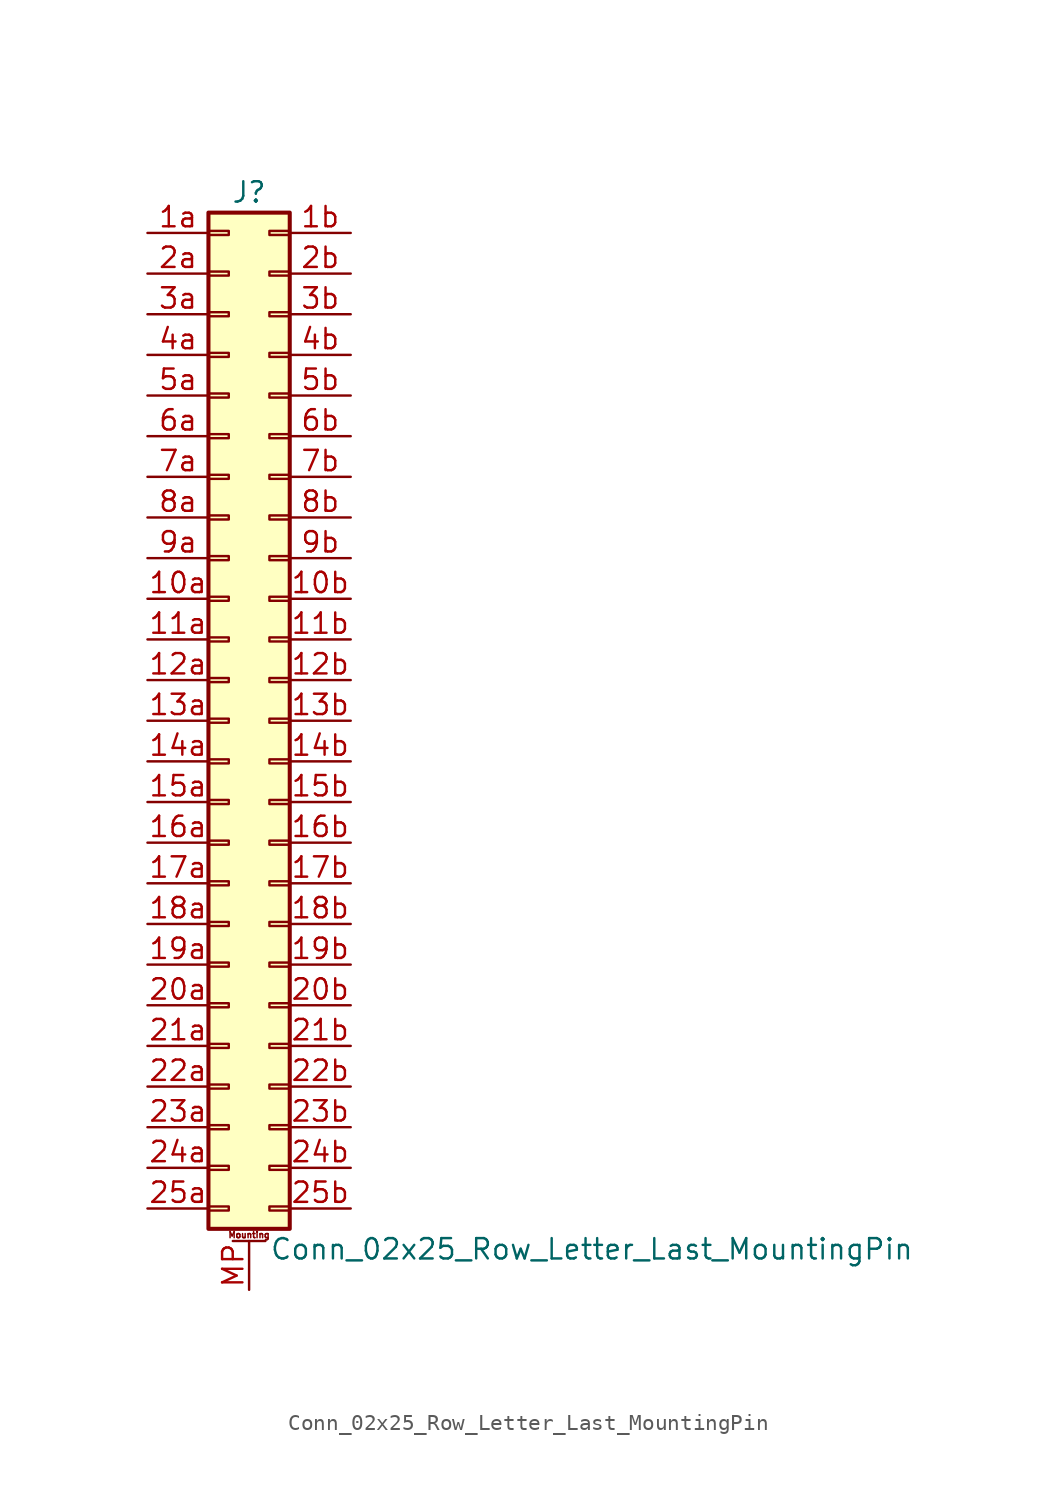
<source format=kicad_sym>
(kicad_symbol_lib
  (version 20201005)
  (generator kicad_symbol_editor)
  (symbol "Conn_02x25_Row_Letter_Last_MountingPin"
    (pin_names
      (offset 1.016) hide)
    (property "Reference" "J"
      (at 1.27 33.02 0)
      (effects (font (size 1.27 1.27))))
    (property "Value" "Conn_02x25_Row_Letter_Last_MountingPin"
      (at 2.54 -33.02 0)
      (effects (font (size 1.27 1.27)) (justify left)))
    (symbol "Conn_02x25_Row_Letter_Last_MountingPin_1_1"
      (text "Mounting" (at 1.27 -32.131 0) (effects (font (size 0.381 0.381))))
      (rectangle (start -1.27 -30.353) (end 0 -30.607) (stroke (width 0.152)) (fill (type none)))
      (rectangle (start -1.27 -27.813) (end 0 -28.067) (stroke (width 0.152)) (fill (type none)))
      (rectangle (start -1.27 -25.273) (end 0 -25.527) (stroke (width 0.152)) (fill (type none)))
      (rectangle (start -1.27 -22.733) (end 0 -22.987) (stroke (width 0.152)) (fill (type none)))
      (rectangle (start -1.27 -20.193) (end 0 -20.447) (stroke (width 0.152)) (fill (type none)))
      (rectangle (start -1.27 -17.653) (end 0 -17.907) (stroke (width 0.152)) (fill (type none)))
      (rectangle (start -1.27 -15.113) (end 0 -15.367) (stroke (width 0.152)) (fill (type none)))
      (rectangle (start -1.27 -12.573) (end 0 -12.827) (stroke (width 0.152)) (fill (type none)))
      (rectangle (start -1.27 -10.033) (end 0 -10.287) (stroke (width 0.152)) (fill (type none)))
      (rectangle (start -1.27 -7.493) (end 0 -7.747) (stroke (width 0.152)) (fill (type none)))
      (rectangle (start -1.27 -4.953) (end 0 -5.207) (stroke (width 0.152)) (fill (type none)))
      (rectangle (start -1.27 -2.413) (end 0 -2.667) (stroke (width 0.152)) (fill (type none)))
      (rectangle (start -1.27 0.127) (end 0 -0.127) (stroke (width 0.152)) (fill (type none)))
      (rectangle (start -1.27 2.667) (end 0 2.413) (stroke (width 0.152)) (fill (type none)))
      (rectangle (start -1.27 5.207) (end 0 4.953) (stroke (width 0.152)) (fill (type none)))
      (rectangle (start -1.27 7.747) (end 0 7.493) (stroke (width 0.152)) (fill (type none)))
      (rectangle (start -1.27 10.287) (end 0 10.033) (stroke (width 0.152)) (fill (type none)))
      (rectangle (start -1.27 12.827) (end 0 12.573) (stroke (width 0.152)) (fill (type none)))
      (rectangle (start -1.27 15.367) (end 0 15.113) (stroke (width 0.152)) (fill (type none)))
      (rectangle (start -1.27 17.907) (end 0 17.653) (stroke (width 0.152)) (fill (type none)))
      (rectangle (start -1.27 20.447) (end 0 20.193) (stroke (width 0.152)) (fill (type none)))
      (rectangle (start -1.27 22.987) (end 0 22.733) (stroke (width 0.152)) (fill (type none)))
      (rectangle (start -1.27 25.527) (end 0 25.273) (stroke (width 0.152)) (fill (type none)))
      (rectangle (start -1.27 28.067) (end 0 27.813) (stroke (width 0.152)) (fill (type none)))
      (rectangle (start -1.27 30.607) (end 0 30.353) (stroke (width 0.152)) (fill (type none)))
      (rectangle (start -1.27 31.75) (end 3.81 -31.75) (stroke (width 0.254)) (fill (type background)))
      (rectangle (start 3.81 -30.353) (end 2.54 -30.607) (stroke (width 0.152)) (fill (type none)))
      (rectangle (start 3.81 -27.813) (end 2.54 -28.067) (stroke (width 0.152)) (fill (type none)))
      (rectangle (start 3.81 -25.273) (end 2.54 -25.527) (stroke (width 0.152)) (fill (type none)))
      (rectangle (start 3.81 -22.733) (end 2.54 -22.987) (stroke (width 0.152)) (fill (type none)))
      (rectangle (start 3.81 -20.193) (end 2.54 -20.447) (stroke (width 0.152)) (fill (type none)))
      (rectangle (start 3.81 -17.653) (end 2.54 -17.907) (stroke (width 0.152)) (fill (type none)))
      (rectangle (start 3.81 -15.113) (end 2.54 -15.367) (stroke (width 0.152)) (fill (type none)))
      (rectangle (start 3.81 -12.573) (end 2.54 -12.827) (stroke (width 0.152)) (fill (type none)))
      (rectangle (start 3.81 -10.033) (end 2.54 -10.287) (stroke (width 0.152)) (fill (type none)))
      (rectangle (start 3.81 -7.493) (end 2.54 -7.747) (stroke (width 0.152)) (fill (type none)))
      (rectangle (start 3.81 -4.953) (end 2.54 -5.207) (stroke (width 0.152)) (fill (type none)))
      (rectangle (start 3.81 -2.413) (end 2.54 -2.667) (stroke (width 0.152)) (fill (type none)))
      (rectangle (start 3.81 0.127) (end 2.54 -0.127) (stroke (width 0.152)) (fill (type none)))
      (rectangle (start 3.81 2.667) (end 2.54 2.413) (stroke (width 0.152)) (fill (type none)))
      (rectangle (start 3.81 5.207) (end 2.54 4.953) (stroke (width 0.152)) (fill (type none)))
      (rectangle (start 3.81 7.747) (end 2.54 7.493) (stroke (width 0.152)) (fill (type none)))
      (rectangle (start 3.81 10.287) (end 2.54 10.033) (stroke (width 0.152)) (fill (type none)))
      (rectangle (start 3.81 12.827) (end 2.54 12.573) (stroke (width 0.152)) (fill (type none)))
      (rectangle (start 3.81 15.367) (end 2.54 15.113) (stroke (width 0.152)) (fill (type none)))
      (rectangle (start 3.81 17.907) (end 2.54 17.653) (stroke (width 0.152)) (fill (type none)))
      (rectangle (start 3.81 20.447) (end 2.54 20.193) (stroke (width 0.152)) (fill (type none)))
      (rectangle (start 3.81 22.987) (end 2.54 22.733) (stroke (width 0.152)) (fill (type none)))
      (rectangle (start 3.81 25.527) (end 2.54 25.273) (stroke (width 0.152)) (fill (type none)))
      (rectangle (start 3.81 28.067) (end 2.54 27.813) (stroke (width 0.152)) (fill (type none)))
      (rectangle (start 3.81 30.607) (end 2.54 30.353) (stroke (width 0.152)) (fill (type none)))
      (polyline (pts (xy 0.254 -32.512) (xy 2.286 -32.512)) (stroke (width 0.152)) (fill (type none)))
      (pin passive line (at -5.08 7.62 0) (length 3.81) (name "Pin_10a" (effects (font (size 1.27 1.27)))) (number "10a" (effects (font (size 1.27 1.27)))))
      (pin passive line (at 7.62 7.62 180) (length 3.81) (name "Pin_10b" (effects (font (size 1.27 1.27)))) (number "10b" (effects (font (size 1.27 1.27)))))
      (pin passive line (at -5.08 5.08 0) (length 3.81) (name "Pin_11a" (effects (font (size 1.27 1.27)))) (number "11a" (effects (font (size 1.27 1.27)))))
      (pin passive line (at 7.62 5.08 180) (length 3.81) (name "Pin_11b" (effects (font (size 1.27 1.27)))) (number "11b" (effects (font (size 1.27 1.27)))))
      (pin passive line (at -5.08 2.54 0) (length 3.81) (name "Pin_12a" (effects (font (size 1.27 1.27)))) (number "12a" (effects (font (size 1.27 1.27)))))
      (pin passive line (at 7.62 2.54 180) (length 3.81) (name "Pin_12b" (effects (font (size 1.27 1.27)))) (number "12b" (effects (font (size 1.27 1.27)))))
      (pin passive line (at -5.08 0 0) (length 3.81) (name "Pin_13a" (effects (font (size 1.27 1.27)))) (number "13a" (effects (font (size 1.27 1.27)))))
      (pin passive line (at 7.62 0 180) (length 3.81) (name "Pin_13b" (effects (font (size 1.27 1.27)))) (number "13b" (effects (font (size 1.27 1.27)))))
      (pin passive line (at -5.08 -2.54 0) (length 3.81) (name "Pin_14a" (effects (font (size 1.27 1.27)))) (number "14a" (effects (font (size 1.27 1.27)))))
      (pin passive line (at 7.62 -2.54 180) (length 3.81) (name "Pin_14b" (effects (font (size 1.27 1.27)))) (number "14b" (effects (font (size 1.27 1.27)))))
      (pin passive line (at -5.08 -5.08 0) (length 3.81) (name "Pin_15a" (effects (font (size 1.27 1.27)))) (number "15a" (effects (font (size 1.27 1.27)))))
      (pin passive line (at 7.62 -5.08 180) (length 3.81) (name "Pin_15b" (effects (font (size 1.27 1.27)))) (number "15b" (effects (font (size 1.27 1.27)))))
      (pin passive line (at -5.08 -7.62 0) (length 3.81) (name "Pin_16a" (effects (font (size 1.27 1.27)))) (number "16a" (effects (font (size 1.27 1.27)))))
      (pin passive line (at 7.62 -7.62 180) (length 3.81) (name "Pin_16b" (effects (font (size 1.27 1.27)))) (number "16b" (effects (font (size 1.27 1.27)))))
      (pin passive line (at -5.08 -10.16 0) (length 3.81) (name "Pin_17a" (effects (font (size 1.27 1.27)))) (number "17a" (effects (font (size 1.27 1.27)))))
      (pin passive line (at 7.62 -10.16 180) (length 3.81) (name "Pin_17b" (effects (font (size 1.27 1.27)))) (number "17b" (effects (font (size 1.27 1.27)))))
      (pin passive line (at -5.08 -12.7 0) (length 3.81) (name "Pin_18a" (effects (font (size 1.27 1.27)))) (number "18a" (effects (font (size 1.27 1.27)))))
      (pin passive line (at 7.62 -12.7 180) (length 3.81) (name "Pin_18b" (effects (font (size 1.27 1.27)))) (number "18b" (effects (font (size 1.27 1.27)))))
      (pin passive line (at -5.08 -15.24 0) (length 3.81) (name "Pin_19a" (effects (font (size 1.27 1.27)))) (number "19a" (effects (font (size 1.27 1.27)))))
      (pin passive line (at 7.62 -15.24 180) (length 3.81) (name "Pin_19b" (effects (font (size 1.27 1.27)))) (number "19b" (effects (font (size 1.27 1.27)))))
      (pin passive line (at -5.08 30.48 0) (length 3.81) (name "Pin_1a" (effects (font (size 1.27 1.27)))) (number "1a" (effects (font (size 1.27 1.27)))))
      (pin passive line (at 7.62 30.48 180) (length 3.81) (name "Pin_1b" (effects (font (size 1.27 1.27)))) (number "1b" (effects (font (size 1.27 1.27)))))
      (pin passive line (at -5.08 -17.78 0) (length 3.81) (name "Pin_20a" (effects (font (size 1.27 1.27)))) (number "20a" (effects (font (size 1.27 1.27)))))
      (pin passive line (at 7.62 -17.78 180) (length 3.81) (name "Pin_20b" (effects (font (size 1.27 1.27)))) (number "20b" (effects (font (size 1.27 1.27)))))
      (pin passive line (at -5.08 -20.32 0) (length 3.81) (name "Pin_21a" (effects (font (size 1.27 1.27)))) (number "21a" (effects (font (size 1.27 1.27)))))
      (pin passive line (at 7.62 -20.32 180) (length 3.81) (name "Pin_21b" (effects (font (size 1.27 1.27)))) (number "21b" (effects (font (size 1.27 1.27)))))
      (pin passive line (at -5.08 -22.86 0) (length 3.81) (name "Pin_22a" (effects (font (size 1.27 1.27)))) (number "22a" (effects (font (size 1.27 1.27)))))
      (pin passive line (at 7.62 -22.86 180) (length 3.81) (name "Pin_22b" (effects (font (size 1.27 1.27)))) (number "22b" (effects (font (size 1.27 1.27)))))
      (pin passive line (at -5.08 -25.4 0) (length 3.81) (name "Pin_23a" (effects (font (size 1.27 1.27)))) (number "23a" (effects (font (size 1.27 1.27)))))
      (pin passive line (at 7.62 -25.4 180) (length 3.81) (name "Pin_23b" (effects (font (size 1.27 1.27)))) (number "23b" (effects (font (size 1.27 1.27)))))
      (pin passive line (at -5.08 -27.94 0) (length 3.81) (name "Pin_24a" (effects (font (size 1.27 1.27)))) (number "24a" (effects (font (size 1.27 1.27)))))
      (pin passive line (at 7.62 -27.94 180) (length 3.81) (name "Pin_24b" (effects (font (size 1.27 1.27)))) (number "24b" (effects (font (size 1.27 1.27)))))
      (pin passive line (at -5.08 -30.48 0) (length 3.81) (name "Pin_25a" (effects (font (size 1.27 1.27)))) (number "25a" (effects (font (size 1.27 1.27)))))
      (pin passive line (at 7.62 -30.48 180) (length 3.81) (name "Pin_25b" (effects (font (size 1.27 1.27)))) (number "25b" (effects (font (size 1.27 1.27)))))
      (pin passive line (at -5.08 27.94 0) (length 3.81) (name "Pin_2a" (effects (font (size 1.27 1.27)))) (number "2a" (effects (font (size 1.27 1.27)))))
      (pin passive line (at 7.62 27.94 180) (length 3.81) (name "Pin_2b" (effects (font (size 1.27 1.27)))) (number "2b" (effects (font (size 1.27 1.27)))))
      (pin passive line (at -5.08 25.4 0) (length 3.81) (name "Pin_3a" (effects (font (size 1.27 1.27)))) (number "3a" (effects (font (size 1.27 1.27)))))
      (pin passive line (at 7.62 25.4 180) (length 3.81) (name "Pin_3b" (effects (font (size 1.27 1.27)))) (number "3b" (effects (font (size 1.27 1.27)))))
      (pin passive line (at -5.08 22.86 0) (length 3.81) (name "Pin_4a" (effects (font (size 1.27 1.27)))) (number "4a" (effects (font (size 1.27 1.27)))))
      (pin passive line (at 7.62 22.86 180) (length 3.81) (name "Pin_4b" (effects (font (size 1.27 1.27)))) (number "4b" (effects (font (size 1.27 1.27)))))
      (pin passive line (at -5.08 20.32 0) (length 3.81) (name "Pin_5a" (effects (font (size 1.27 1.27)))) (number "5a" (effects (font (size 1.27 1.27)))))
      (pin passive line (at 7.62 20.32 180) (length 3.81) (name "Pin_5b" (effects (font (size 1.27 1.27)))) (number "5b" (effects (font (size 1.27 1.27)))))
      (pin passive line (at -5.08 17.78 0) (length 3.81) (name "Pin_6a" (effects (font (size 1.27 1.27)))) (number "6a" (effects (font (size 1.27 1.27)))))
      (pin passive line (at 7.62 17.78 180) (length 3.81) (name "Pin_6b" (effects (font (size 1.27 1.27)))) (number "6b" (effects (font (size 1.27 1.27)))))
      (pin passive line (at -5.08 15.24 0) (length 3.81) (name "Pin_7a" (effects (font (size 1.27 1.27)))) (number "7a" (effects (font (size 1.27 1.27)))))
      (pin passive line (at 7.62 15.24 180) (length 3.81) (name "Pin_7b" (effects (font (size 1.27 1.27)))) (number "7b" (effects (font (size 1.27 1.27)))))
      (pin passive line (at -5.08 12.7 0) (length 3.81) (name "Pin_8a" (effects (font (size 1.27 1.27)))) (number "8a" (effects (font (size 1.27 1.27)))))
      (pin passive line (at 7.62 12.7 180) (length 3.81) (name "Pin_8b" (effects (font (size 1.27 1.27)))) (number "8b" (effects (font (size 1.27 1.27)))))
      (pin passive line (at -5.08 10.16 0) (length 3.81) (name "Pin_9a" (effects (font (size 1.27 1.27)))) (number "9a" (effects (font (size 1.27 1.27)))))
      (pin passive line (at 7.62 10.16 180) (length 3.81) (name "Pin_9b" (effects (font (size 1.27 1.27)))) (number "9b" (effects (font (size 1.27 1.27)))))
      (pin passive line (at 1.27 -35.56 90) (length 3.048) (name "MountPin" (effects (font (size 1.27 1.27)))) (number "MP" (effects (font (size 1.27 1.27))))))))
</source>
